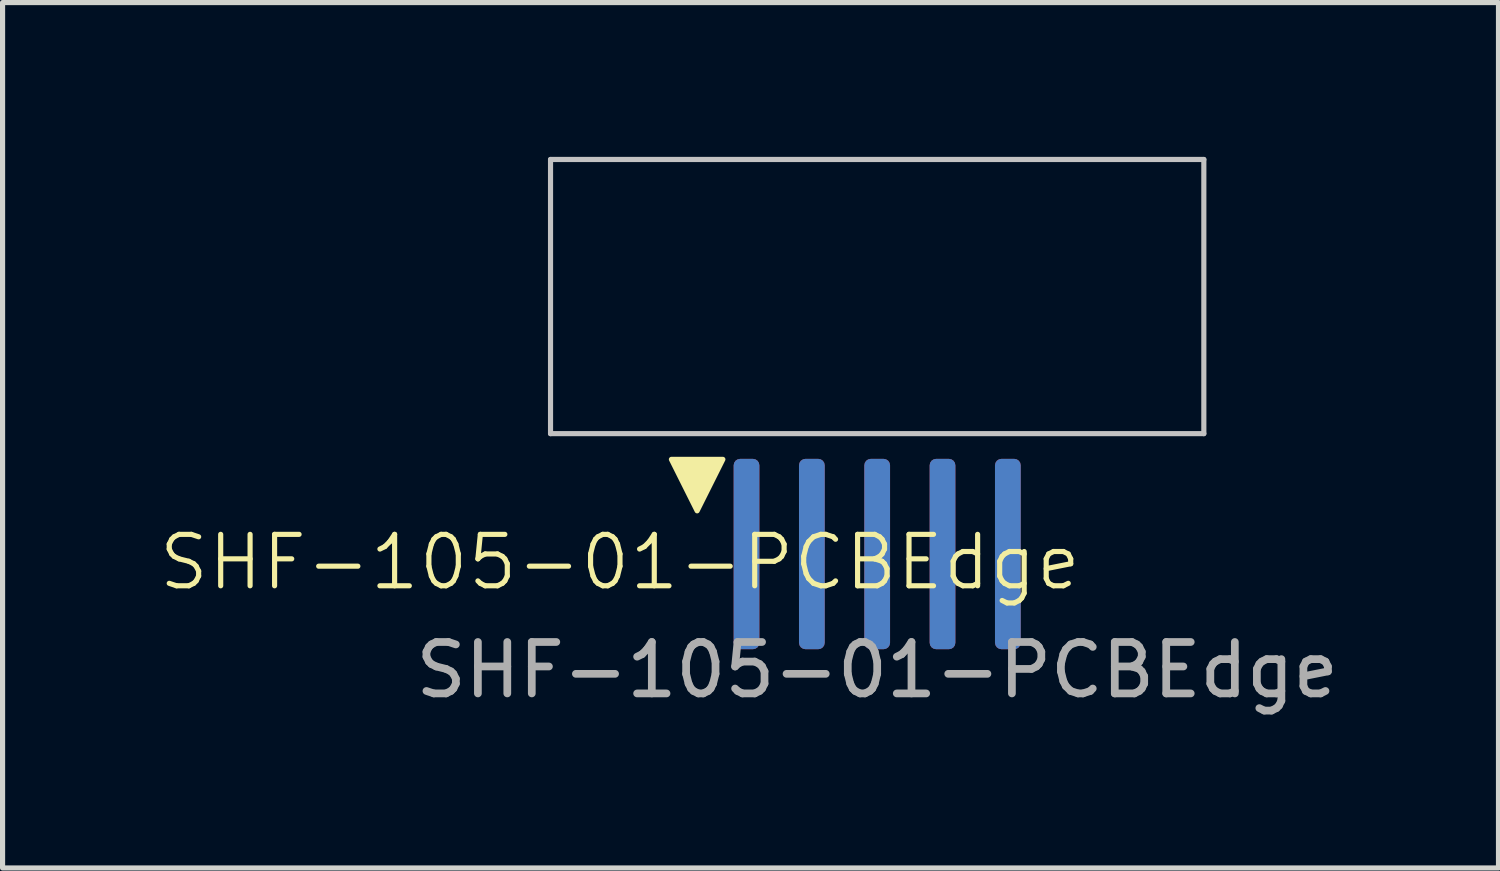
<source format=kicad_pcb>
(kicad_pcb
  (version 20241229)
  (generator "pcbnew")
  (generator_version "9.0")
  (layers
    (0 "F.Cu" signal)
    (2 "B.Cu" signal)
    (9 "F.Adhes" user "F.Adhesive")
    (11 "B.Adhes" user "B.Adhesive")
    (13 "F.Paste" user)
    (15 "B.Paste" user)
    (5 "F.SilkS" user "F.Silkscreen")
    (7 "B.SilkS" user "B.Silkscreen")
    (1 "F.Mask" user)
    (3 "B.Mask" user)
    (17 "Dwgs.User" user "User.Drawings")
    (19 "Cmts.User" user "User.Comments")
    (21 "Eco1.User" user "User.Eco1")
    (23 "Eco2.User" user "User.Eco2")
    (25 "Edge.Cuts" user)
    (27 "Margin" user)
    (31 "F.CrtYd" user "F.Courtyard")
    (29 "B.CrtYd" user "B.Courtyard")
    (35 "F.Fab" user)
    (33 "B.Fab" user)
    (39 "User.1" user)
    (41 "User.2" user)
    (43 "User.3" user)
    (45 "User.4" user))
  (footprint "SHF-105-01-PCBEdge"
    (layer "F.Cu")
    (at 14.002 5.38)
    (property "Reference" "SHF-105-01-PCBEdge" (at -5 2.5 0) (unlocked yes) (layer "F.SilkS") (effects (font (size 1 1) (thickness 0.1))))
    (attr smd)
    (fp_poly (pts (xy -3 0.5) (xy -4 0.5) (xy -3.5 1.5)) (stroke (width 0.1) (type solid)) (fill yes) (layer "F.SilkS"))
    (fp_line (start -6.35 -5.33) (end 6.35 -5.33) (stroke (width 0.1) (type default)) (layer "Dwgs.User"))
    (fp_line (start -6.35 0) (end -6.35 -5.33) (stroke (width 0.1) (type default)) (layer "Dwgs.User"))
    (fp_line (start 6.35 0) (end -6.35 0) (stroke (width 0.1) (type default)) (layer "Dwgs.User"))
    (fp_line (start 6.35 0) (end 6.35 -5.33) (stroke (width 0.1) (type default)) (layer "Dwgs.User"))
    (fp_text user "${REFERENCE}" (at 0 4.595 0) (unlocked yes) (layer "F.Fab") (effects (font (size 1 1) (thickness 0.15))))
    (pad "1" smd roundrect (at -2.54 2.34) (size 0.5 3.7) (layers "F.Cu" "F.Mask" "F.Paste") (roundrect_rratio 0.25))
    (pad "2" smd roundrect (at -2.54 2.34) (size 0.5 3.7) (layers "B.Cu" "B.Mask" "B.Paste") (roundrect_rratio 0.25))
    (pad "3" smd roundrect (at -1.27 2.34) (size 0.5 3.7) (layers "F.Cu" "F.Mask" "F.Paste") (roundrect_rratio 0.25))
    (pad "4" smd roundrect (at -1.27 2.34) (size 0.5 3.7) (layers "B.Cu" "B.Mask" "B.Paste") (roundrect_rratio 0.25))
    (pad "5" smd roundrect (at 0 2.34) (size 0.5 3.7) (layers "F.Cu" "F.Mask" "F.Paste") (roundrect_rratio 0.25))
    (pad "6" smd roundrect (at 0 2.34) (size 0.5 3.7) (layers "B.Cu" "B.Mask" "B.Paste") (roundrect_rratio 0.25))
    (pad "7" smd roundrect (at 1.27 2.34) (size 0.5 3.7) (layers "F.Cu" "F.Mask" "F.Paste") (roundrect_rratio 0.25))
    (pad "8" smd roundrect (at 1.27 2.34) (size 0.5 3.7) (layers "B.Cu" "B.Mask" "B.Paste") (roundrect_rratio 0.25))
    (pad "9" smd roundrect (at 2.54 2.34) (size 0.5 3.7) (layers "F.Cu" "F.Mask" "F.Paste") (roundrect_rratio 0.25))
    (pad "10" smd roundrect (at 2.54 2.34) (size 0.5 3.7) (layers "B.Cu" "B.Mask" "B.Paste") (roundrect_rratio 0.25)))
  (gr_rect
    (start -3 -3)
    (end 26.08 13.823)
    (stroke (width 0.1) (type default))
    (fill no)
    (layer "Edge.Cuts")))
</source>
